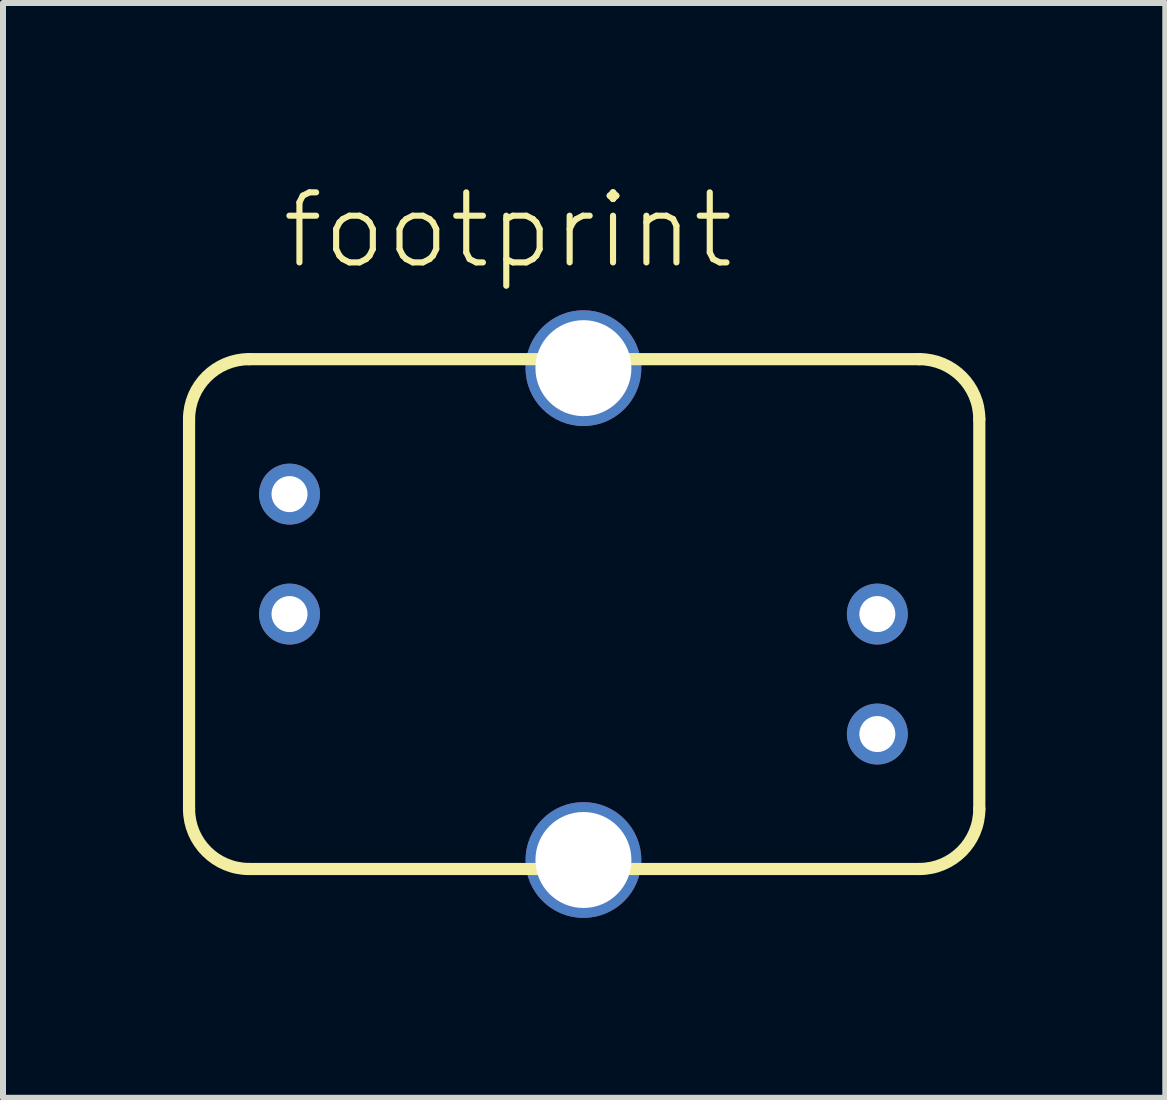
<source format=kicad_pcb>
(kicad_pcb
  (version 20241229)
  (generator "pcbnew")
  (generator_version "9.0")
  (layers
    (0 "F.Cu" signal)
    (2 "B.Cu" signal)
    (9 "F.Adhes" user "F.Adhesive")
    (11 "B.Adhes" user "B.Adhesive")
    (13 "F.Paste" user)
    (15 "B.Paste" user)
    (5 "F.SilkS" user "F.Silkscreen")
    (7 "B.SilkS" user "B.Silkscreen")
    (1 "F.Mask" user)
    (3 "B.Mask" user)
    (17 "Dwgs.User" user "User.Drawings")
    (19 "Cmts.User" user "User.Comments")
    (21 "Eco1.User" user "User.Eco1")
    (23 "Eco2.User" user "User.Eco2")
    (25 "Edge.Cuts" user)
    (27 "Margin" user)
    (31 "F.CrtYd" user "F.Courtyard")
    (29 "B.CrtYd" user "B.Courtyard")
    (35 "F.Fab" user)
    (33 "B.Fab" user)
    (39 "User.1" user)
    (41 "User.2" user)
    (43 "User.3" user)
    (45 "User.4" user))
  (footprint "footprint"
    (layer "F.Cu")
    (at 6.677 7.188)
    (property "Reference" "footprint" (at -5.08 -5.715 0) (layer "F.SilkS") (effects (font (size 1.168 1.168) (thickness 0.102)) (justify left bottom)))
    (fp_line (start -6.575 -3.25) (end -6.575 3.25) (stroke (width 0.203) (type solid)) (layer "F.SilkS"))
    (fp_line (start -5.575 4.25) (end 5.6 4.25) (stroke (width 0.203) (type solid)) (layer "F.SilkS"))
    (fp_line (start 5.6 -4.25) (end -5.575 -4.25) (stroke (width 0.203) (type solid)) (layer "F.SilkS"))
    (fp_line (start 6.6 3.25) (end 6.6 -3.25) (stroke (width 0.203) (type solid)) (layer "F.SilkS"))
    (fp_arc (start -6.575 -3.25) (mid -6.282107 -3.957107) (end -5.575 -4.25) (stroke (width 0.2032) (type solid)) (layer "F.SilkS"))
    (fp_arc (start -5.575 4.25) (mid -6.282107 3.957107) (end -6.575 3.25) (stroke (width 0.2032) (type solid)) (layer "F.SilkS"))
    (fp_arc (start 5.6 -4.25) (mid 6.307107 -3.957107) (end 6.6 -3.25) (stroke (width 0.2032) (type solid)) (layer "F.SilkS"))
    (fp_arc (start 6.6 3.25) (mid 6.307107 3.957107) (end 5.6 4.25) (stroke (width 0.2032) (type solid)) (layer "F.SilkS"))
    (pad "1" thru_hole circle (at -4.9 -2) (size 1.016 1.016) (drill 0.6) (layers "*.Cu" "*.Mask"))
    (pad "2" thru_hole circle (at -4.9 0) (size 1.016 1.016) (drill 0.6) (layers "*.Cu" "*.Mask"))
    (pad "3" thru_hole circle (at 4.9 0 180) (size 1.016 1.016) (drill 0.6) (layers "*.Cu" "*.Mask"))
    (pad "4" thru_hole circle (at 4.9 2 180) (size 1.016 1.016) (drill 0.6) (layers "*.Cu" "*.Mask"))
    (pad "S@1" thru_hole circle (at 0 -4.1) (size 1.93 1.93) (drill 1.6) (layers "*.Cu" "*.Mask"))
    (pad "S@2" thru_hole circle (at 0 4.1) (size 1.93 1.93) (drill 1.6) (layers "*.Cu" "*.Mask")))
  (gr_rect
    (start -3 -3)
    (end 16.378 15.253)
    (stroke (width 0.1) (type default))
    (fill no)
    (layer "Edge.Cuts")))
</source>
